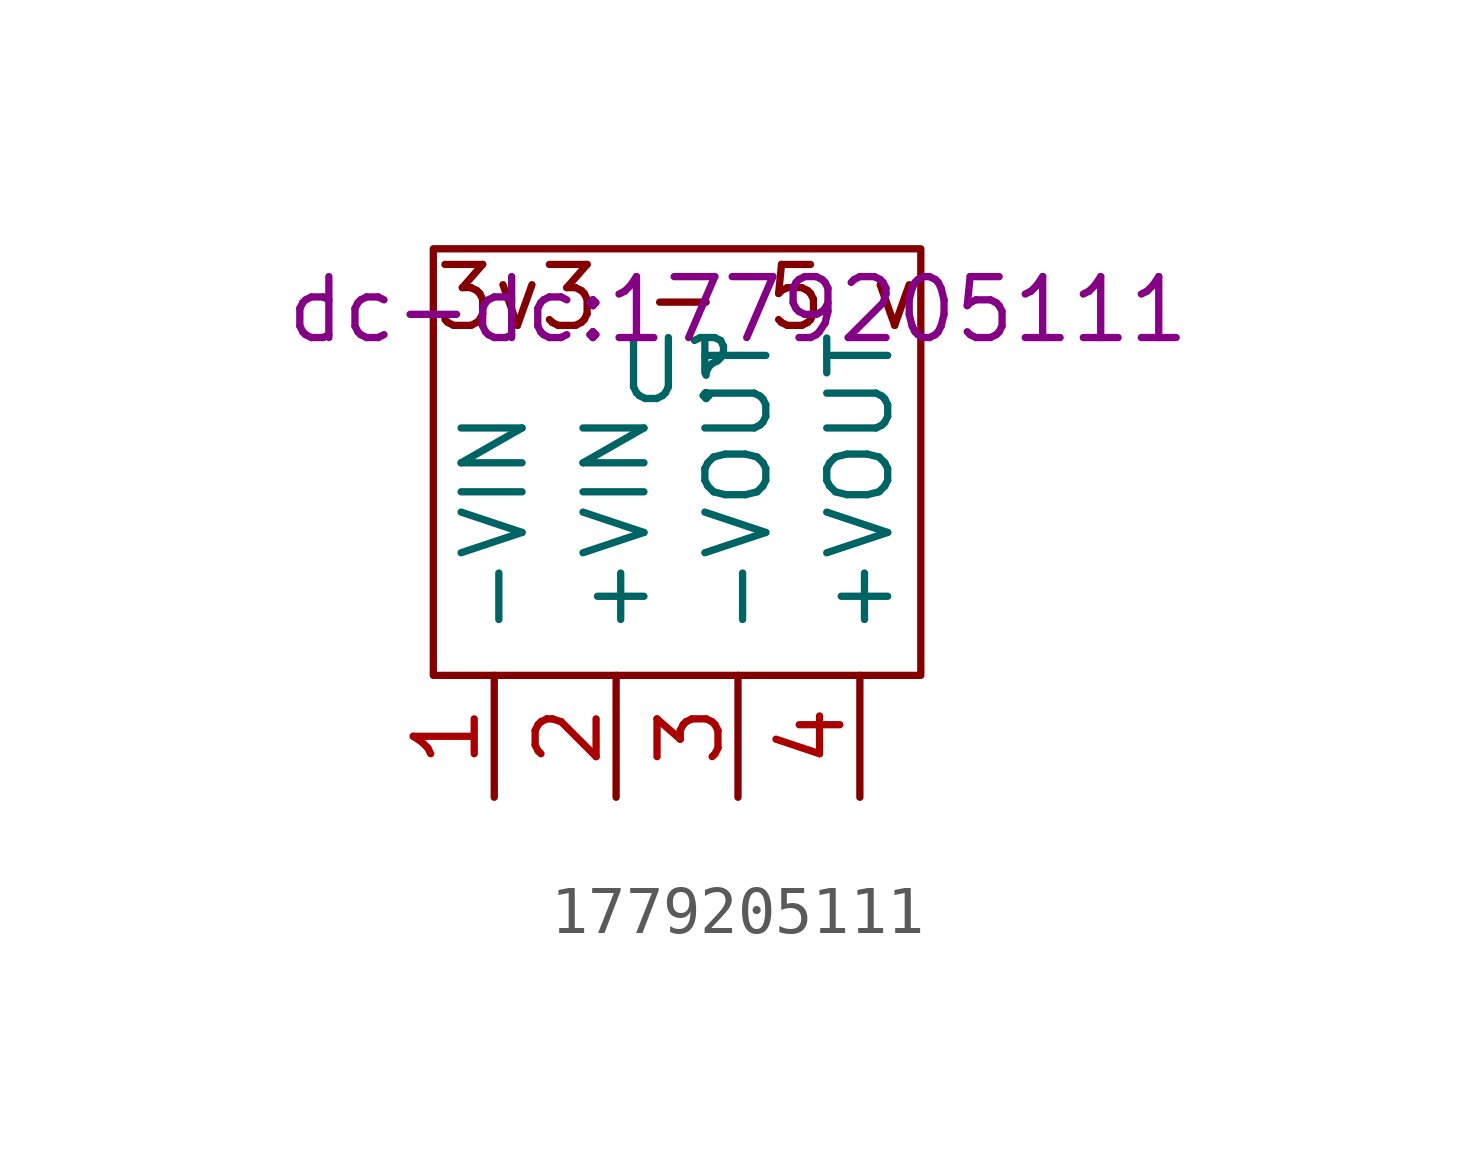
<source format=kicad_sym>
(kicad_symbol_lib
  (version 20231120)
  (generator "kicad_symbol_editor")
  (generator_version "8.0")
  (symbol "1779205111"
    (pin_names
      (offset 0.762))
    (property "Reference" "U"
      (at 0 0 0)
      (effects (font (size 1.27 1.27))))
    (property "Value" ""
      (at 1.27 1.27 0)
      (effects (font (size 1.27 1.27))))
    (property "Footprint" "dc-dc:1779205111"
      (at 1.27 1.27 0)
      (effects (font (size 1.27 1.27))))
    (symbol "1779205111_0_1"
      (rectangle (start -5.08 2.54) (end 5.08 -6.35) (stroke (width 0) (type default)) (fill (type none))))
    (symbol "1779205111_1_1"
      (text "3v3 - 5 v" (at 0 1.524 0) (effects (font (size 1.27 1.27))))
      (pin input line (at -3.81 -8.89 90) (length 2.54) (name "-VIN" (effects (font (size 1.27 1.27)))) (number "1" (effects (font (size 1.27 1.27)))))
      (pin input line (at -1.27 -8.89 90) (length 2.54) (name "+VIN" (effects (font (size 1.27 1.27)))) (number "2" (effects (font (size 1.27 1.27)))))
      (pin input line (at 1.27 -8.89 90) (length 2.54) (name "-VOUT" (effects (font (size 1.27 1.27)))) (number "3" (effects (font (size 1.27 1.27)))))
      (pin input line (at 3.81 -8.89 90) (length 2.54) (name "+VOUT" (effects (font (size 1.27 1.27)))) (number "4" (effects (font (size 1.27 1.27))))))))
</source>
